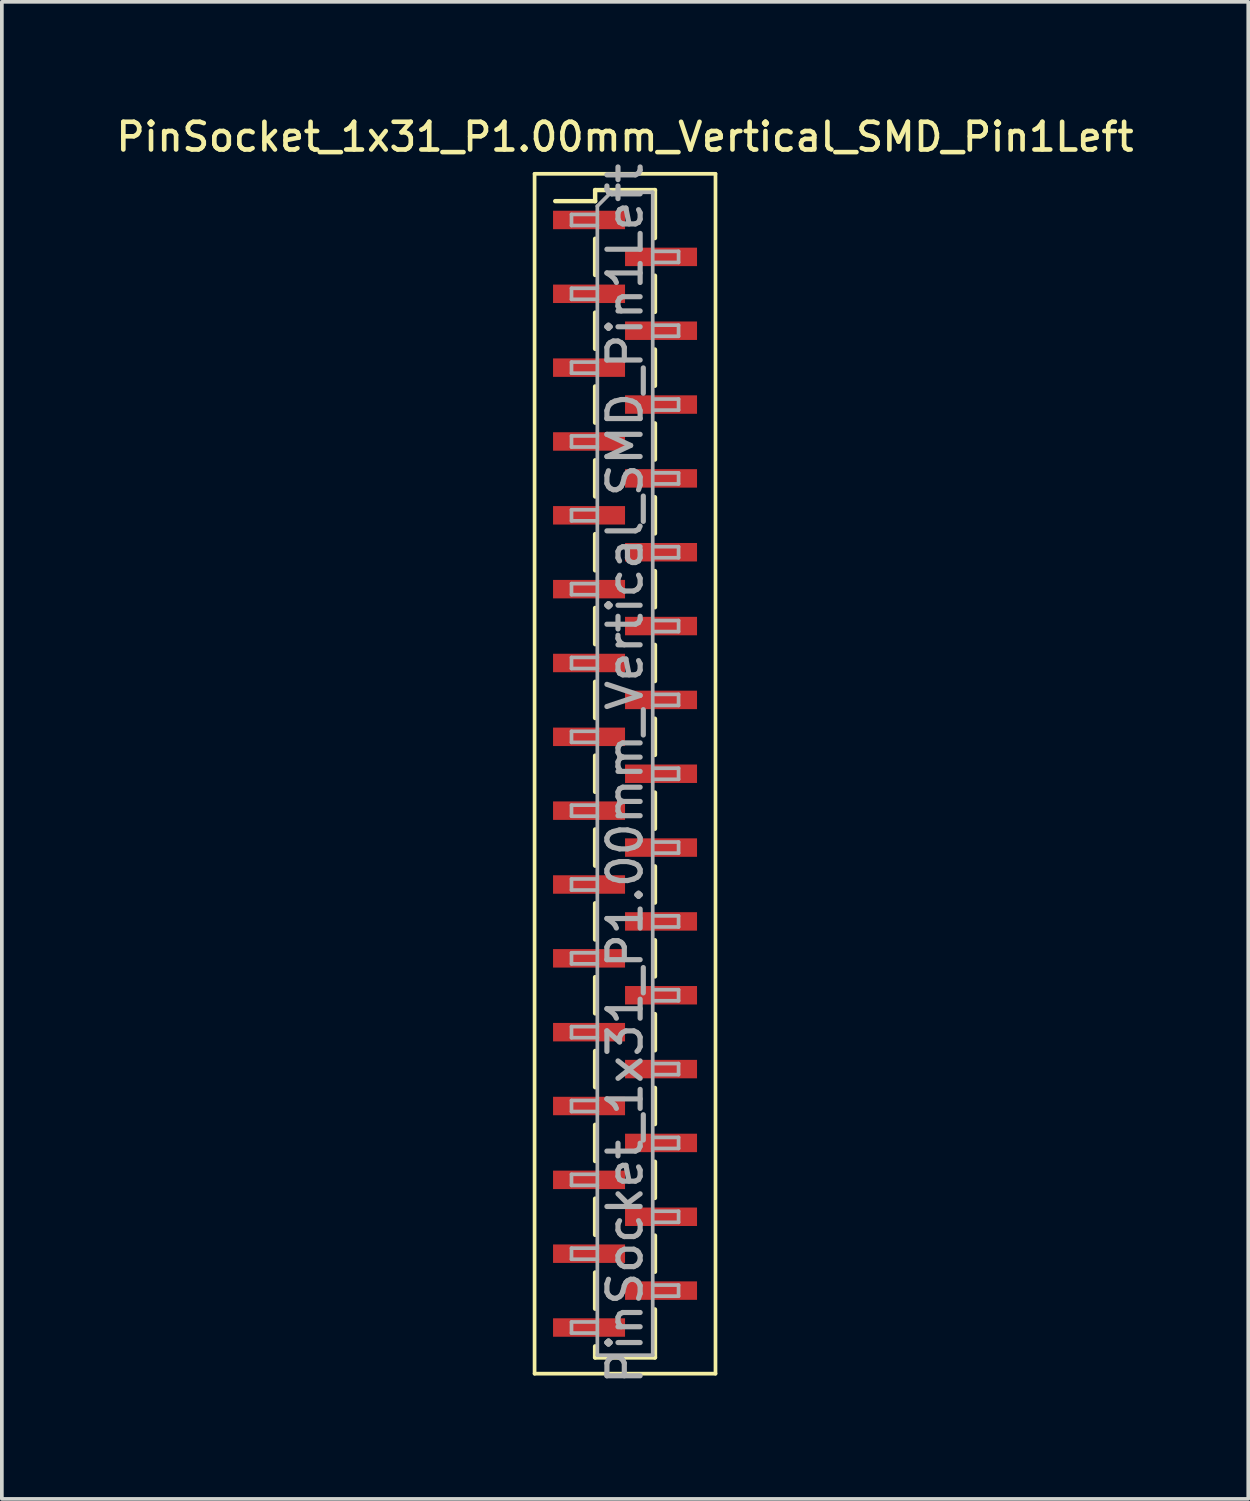
<source format=kicad_pcb>
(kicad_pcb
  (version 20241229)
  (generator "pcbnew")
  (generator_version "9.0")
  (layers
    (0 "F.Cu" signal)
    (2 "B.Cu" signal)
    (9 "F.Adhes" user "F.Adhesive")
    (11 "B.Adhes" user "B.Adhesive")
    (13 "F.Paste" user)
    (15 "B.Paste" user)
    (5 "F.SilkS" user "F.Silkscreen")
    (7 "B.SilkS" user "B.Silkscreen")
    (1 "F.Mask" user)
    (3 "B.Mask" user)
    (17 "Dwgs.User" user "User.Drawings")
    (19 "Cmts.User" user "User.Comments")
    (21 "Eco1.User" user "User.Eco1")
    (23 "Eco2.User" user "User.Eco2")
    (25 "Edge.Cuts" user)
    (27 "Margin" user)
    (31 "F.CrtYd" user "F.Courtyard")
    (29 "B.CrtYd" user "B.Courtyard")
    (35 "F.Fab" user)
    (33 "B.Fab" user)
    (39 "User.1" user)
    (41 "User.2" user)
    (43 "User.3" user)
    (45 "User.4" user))
  (footprint "PinSocket_1x31_P1.00mm_Vertical_SMD_Pin1Left"
    (layer "F.Cu")
    (at 13.88 17.908)
    (property "Reference" "PinSocket_1x31_P1.00mm_Vertical_SMD_Pin1Left" (at 0 -17.25 0) (layer "F.SilkS") (effects (font (size 0.75 0.75) (thickness 0.125))))
    (attr smd)
    (fp_line (start -2.45 -16.25) (end 2.45 -16.25) (stroke (width 0.1) (type solid)) (layer "F.SilkS"))
    (fp_line (start -2.45 16.25) (end -2.45 -16.25) (stroke (width 0.1) (type solid)) (layer "F.SilkS"))
    (fp_line (start -1.89 -15.51) (end -0.81 -15.51) (stroke (width 0.12) (type solid)) (layer "F.SilkS"))
    (fp_line (start -0.81 -15.81) (end -0.81 -15.51) (stroke (width 0.12) (type solid)) (layer "F.SilkS"))
    (fp_line (start -0.81 -15.81) (end 0.81 -15.81) (stroke (width 0.12) (type solid)) (layer "F.SilkS"))
    (fp_line (start -0.81 -14.49) (end -0.81 -13.51) (stroke (width 0.12) (type solid)) (layer "F.SilkS"))
    (fp_line (start -0.81 -12.49) (end -0.81 -11.51) (stroke (width 0.12) (type solid)) (layer "F.SilkS"))
    (fp_line (start -0.81 -10.49) (end -0.81 -9.51) (stroke (width 0.12) (type solid)) (layer "F.SilkS"))
    (fp_line (start -0.81 -8.49) (end -0.81 -7.51) (stroke (width 0.12) (type solid)) (layer "F.SilkS"))
    (fp_line (start -0.81 -6.49) (end -0.81 -5.51) (stroke (width 0.12) (type solid)) (layer "F.SilkS"))
    (fp_line (start -0.81 -4.49) (end -0.81 -3.51) (stroke (width 0.12) (type solid)) (layer "F.SilkS"))
    (fp_line (start -0.81 -2.49) (end -0.81 -1.51) (stroke (width 0.12) (type solid)) (layer "F.SilkS"))
    (fp_line (start -0.81 -0.49) (end -0.81 0.49) (stroke (width 0.12) (type solid)) (layer "F.SilkS"))
    (fp_line (start -0.81 1.51) (end -0.81 2.49) (stroke (width 0.12) (type solid)) (layer "F.SilkS"))
    (fp_line (start -0.81 3.51) (end -0.81 4.49) (stroke (width 0.12) (type solid)) (layer "F.SilkS"))
    (fp_line (start -0.81 5.51) (end -0.81 6.49) (stroke (width 0.12) (type solid)) (layer "F.SilkS"))
    (fp_line (start -0.81 7.51) (end -0.81 8.49) (stroke (width 0.12) (type solid)) (layer "F.SilkS"))
    (fp_line (start -0.81 9.51) (end -0.81 10.49) (stroke (width 0.12) (type solid)) (layer "F.SilkS"))
    (fp_line (start -0.81 11.51) (end -0.81 12.49) (stroke (width 0.12) (type solid)) (layer "F.SilkS"))
    (fp_line (start -0.81 13.51) (end -0.81 14.49) (stroke (width 0.12) (type solid)) (layer "F.SilkS"))
    (fp_line (start -0.81 15.51) (end -0.81 15.81) (stroke (width 0.12) (type solid)) (layer "F.SilkS"))
    (fp_line (start -0.81 15.81) (end 0.81 15.81) (stroke (width 0.12) (type solid)) (layer "F.SilkS"))
    (fp_line (start 0.81 -15.81) (end 0.81 -14.51) (stroke (width 0.12) (type solid)) (layer "F.SilkS"))
    (fp_line (start 0.81 -13.49) (end 0.81 -12.51) (stroke (width 0.12) (type solid)) (layer "F.SilkS"))
    (fp_line (start 0.81 -11.49) (end 0.81 -10.51) (stroke (width 0.12) (type solid)) (layer "F.SilkS"))
    (fp_line (start 0.81 -9.49) (end 0.81 -8.51) (stroke (width 0.12) (type solid)) (layer "F.SilkS"))
    (fp_line (start 0.81 -7.49) (end 0.81 -6.51) (stroke (width 0.12) (type solid)) (layer "F.SilkS"))
    (fp_line (start 0.81 -5.49) (end 0.81 -4.51) (stroke (width 0.12) (type solid)) (layer "F.SilkS"))
    (fp_line (start 0.81 -3.49) (end 0.81 -2.51) (stroke (width 0.12) (type solid)) (layer "F.SilkS"))
    (fp_line (start 0.81 -1.49) (end 0.81 -0.51) (stroke (width 0.12) (type solid)) (layer "F.SilkS"))
    (fp_line (start 0.81 0.51) (end 0.81 1.49) (stroke (width 0.12) (type solid)) (layer "F.SilkS"))
    (fp_line (start 0.81 2.51) (end 0.81 3.49) (stroke (width 0.12) (type solid)) (layer "F.SilkS"))
    (fp_line (start 0.81 4.51) (end 0.81 5.49) (stroke (width 0.12) (type solid)) (layer "F.SilkS"))
    (fp_line (start 0.81 6.51) (end 0.81 7.49) (stroke (width 0.12) (type solid)) (layer "F.SilkS"))
    (fp_line (start 0.81 8.51) (end 0.81 9.49) (stroke (width 0.12) (type solid)) (layer "F.SilkS"))
    (fp_line (start 0.81 10.51) (end 0.81 11.49) (stroke (width 0.12) (type solid)) (layer "F.SilkS"))
    (fp_line (start 0.81 12.51) (end 0.81 13.49) (stroke (width 0.12) (type solid)) (layer "F.SilkS"))
    (fp_line (start 0.81 14.51) (end 0.81 15.81) (stroke (width 0.12) (type solid)) (layer "F.SilkS"))
    (fp_line (start 2.45 -16.25) (end 2.45 16.25) (stroke (width 0.1) (type solid)) (layer "F.SilkS"))
    (fp_line (start 2.45 16.25) (end -2.45 16.25) (stroke (width 0.1) (type solid)) (layer "F.SilkS"))
    (fp_line (start -1.45 -15.15) (end -0.75 -15.15) (stroke (width 0.1) (type solid)) (layer "F.Fab"))
    (fp_line (start -1.45 -14.85) (end -1.45 -15.15) (stroke (width 0.1) (type solid)) (layer "F.Fab"))
    (fp_line (start -1.45 -13.15) (end -0.75 -13.15) (stroke (width 0.1) (type solid)) (layer "F.Fab"))
    (fp_line (start -1.45 -12.85) (end -1.45 -13.15) (stroke (width 0.1) (type solid)) (layer "F.Fab"))
    (fp_line (start -1.45 -11.15) (end -0.75 -11.15) (stroke (width 0.1) (type solid)) (layer "F.Fab"))
    (fp_line (start -1.45 -10.85) (end -1.45 -11.15) (stroke (width 0.1) (type solid)) (layer "F.Fab"))
    (fp_line (start -1.45 -9.15) (end -0.75 -9.15) (stroke (width 0.1) (type solid)) (layer "F.Fab"))
    (fp_line (start -1.45 -8.85) (end -1.45 -9.15) (stroke (width 0.1) (type solid)) (layer "F.Fab"))
    (fp_line (start -1.45 -7.15) (end -0.75 -7.15) (stroke (width 0.1) (type solid)) (layer "F.Fab"))
    (fp_line (start -1.45 -6.85) (end -1.45 -7.15) (stroke (width 0.1) (type solid)) (layer "F.Fab"))
    (fp_line (start -1.45 -5.15) (end -0.75 -5.15) (stroke (width 0.1) (type solid)) (layer "F.Fab"))
    (fp_line (start -1.45 -4.85) (end -1.45 -5.15) (stroke (width 0.1) (type solid)) (layer "F.Fab"))
    (fp_line (start -1.45 -3.15) (end -0.75 -3.15) (stroke (width 0.1) (type solid)) (layer "F.Fab"))
    (fp_line (start -1.45 -2.85) (end -1.45 -3.15) (stroke (width 0.1) (type solid)) (layer "F.Fab"))
    (fp_line (start -1.45 -1.15) (end -0.75 -1.15) (stroke (width 0.1) (type solid)) (layer "F.Fab"))
    (fp_line (start -1.45 -0.85) (end -1.45 -1.15) (stroke (width 0.1) (type solid)) (layer "F.Fab"))
    (fp_line (start -1.45 0.85) (end -0.75 0.85) (stroke (width 0.1) (type solid)) (layer "F.Fab"))
    (fp_line (start -1.45 1.15) (end -1.45 0.85) (stroke (width 0.1) (type solid)) (layer "F.Fab"))
    (fp_line (start -1.45 2.85) (end -0.75 2.85) (stroke (width 0.1) (type solid)) (layer "F.Fab"))
    (fp_line (start -1.45 3.15) (end -1.45 2.85) (stroke (width 0.1) (type solid)) (layer "F.Fab"))
    (fp_line (start -1.45 4.85) (end -0.75 4.85) (stroke (width 0.1) (type solid)) (layer "F.Fab"))
    (fp_line (start -1.45 5.15) (end -1.45 4.85) (stroke (width 0.1) (type solid)) (layer "F.Fab"))
    (fp_line (start -1.45 6.85) (end -0.75 6.85) (stroke (width 0.1) (type solid)) (layer "F.Fab"))
    (fp_line (start -1.45 7.15) (end -1.45 6.85) (stroke (width 0.1) (type solid)) (layer "F.Fab"))
    (fp_line (start -1.45 8.85) (end -0.75 8.85) (stroke (width 0.1) (type solid)) (layer "F.Fab"))
    (fp_line (start -1.45 9.15) (end -1.45 8.85) (stroke (width 0.1) (type solid)) (layer "F.Fab"))
    (fp_line (start -1.45 10.85) (end -0.75 10.85) (stroke (width 0.1) (type solid)) (layer "F.Fab"))
    (fp_line (start -1.45 11.15) (end -1.45 10.85) (stroke (width 0.1) (type solid)) (layer "F.Fab"))
    (fp_line (start -1.45 12.85) (end -0.75 12.85) (stroke (width 0.1) (type solid)) (layer "F.Fab"))
    (fp_line (start -1.45 13.15) (end -1.45 12.85) (stroke (width 0.1) (type solid)) (layer "F.Fab"))
    (fp_line (start -1.45 14.85) (end -0.75 14.85) (stroke (width 0.1) (type solid)) (layer "F.Fab"))
    (fp_line (start -1.45 15.15) (end -1.45 14.85) (stroke (width 0.1) (type solid)) (layer "F.Fab"))
    (fp_line (start -0.75 -15.375) (end -0.375 -15.75) (stroke (width 0.1) (type solid)) (layer "F.Fab"))
    (fp_line (start -0.75 -14.85) (end -1.45 -14.85) (stroke (width 0.1) (type solid)) (layer "F.Fab"))
    (fp_line (start -0.75 -12.85) (end -1.45 -12.85) (stroke (width 0.1) (type solid)) (layer "F.Fab"))
    (fp_line (start -0.75 -10.85) (end -1.45 -10.85) (stroke (width 0.1) (type solid)) (layer "F.Fab"))
    (fp_line (start -0.75 -8.85) (end -1.45 -8.85) (stroke (width 0.1) (type solid)) (layer "F.Fab"))
    (fp_line (start -0.75 -6.85) (end -1.45 -6.85) (stroke (width 0.1) (type solid)) (layer "F.Fab"))
    (fp_line (start -0.75 -4.85) (end -1.45 -4.85) (stroke (width 0.1) (type solid)) (layer "F.Fab"))
    (fp_line (start -0.75 -2.85) (end -1.45 -2.85) (stroke (width 0.1) (type solid)) (layer "F.Fab"))
    (fp_line (start -0.75 -0.85) (end -1.45 -0.85) (stroke (width 0.1) (type solid)) (layer "F.Fab"))
    (fp_line (start -0.75 1.15) (end -1.45 1.15) (stroke (width 0.1) (type solid)) (layer "F.Fab"))
    (fp_line (start -0.75 3.15) (end -1.45 3.15) (stroke (width 0.1) (type solid)) (layer "F.Fab"))
    (fp_line (start -0.75 5.15) (end -1.45 5.15) (stroke (width 0.1) (type solid)) (layer "F.Fab"))
    (fp_line (start -0.75 7.15) (end -1.45 7.15) (stroke (width 0.1) (type solid)) (layer "F.Fab"))
    (fp_line (start -0.75 9.15) (end -1.45 9.15) (stroke (width 0.1) (type solid)) (layer "F.Fab"))
    (fp_line (start -0.75 11.15) (end -1.45 11.15) (stroke (width 0.1) (type solid)) (layer "F.Fab"))
    (fp_line (start -0.75 13.15) (end -1.45 13.15) (stroke (width 0.1) (type solid)) (layer "F.Fab"))
    (fp_line (start -0.75 15.15) (end -1.45 15.15) (stroke (width 0.1) (type solid)) (layer "F.Fab"))
    (fp_line (start -0.75 15.75) (end -0.75 -15.375) (stroke (width 0.1) (type solid)) (layer "F.Fab"))
    (fp_line (start -0.375 -15.75) (end 0.75 -15.75) (stroke (width 0.1) (type solid)) (layer "F.Fab"))
    (fp_line (start 0.75 -15.75) (end 0.75 15.75) (stroke (width 0.1) (type solid)) (layer "F.Fab"))
    (fp_line (start 0.75 -14.15) (end 1.45 -14.15) (stroke (width 0.1) (type solid)) (layer "F.Fab"))
    (fp_line (start 0.75 -12.15) (end 1.45 -12.15) (stroke (width 0.1) (type solid)) (layer "F.Fab"))
    (fp_line (start 0.75 -10.15) (end 1.45 -10.15) (stroke (width 0.1) (type solid)) (layer "F.Fab"))
    (fp_line (start 0.75 -8.15) (end 1.45 -8.15) (stroke (width 0.1) (type solid)) (layer "F.Fab"))
    (fp_line (start 0.75 -6.15) (end 1.45 -6.15) (stroke (width 0.1) (type solid)) (layer "F.Fab"))
    (fp_line (start 0.75 -4.15) (end 1.45 -4.15) (stroke (width 0.1) (type solid)) (layer "F.Fab"))
    (fp_line (start 0.75 -2.15) (end 1.45 -2.15) (stroke (width 0.1) (type solid)) (layer "F.Fab"))
    (fp_line (start 0.75 -0.15) (end 1.45 -0.15) (stroke (width 0.1) (type solid)) (layer "F.Fab"))
    (fp_line (start 0.75 1.85) (end 1.45 1.85) (stroke (width 0.1) (type solid)) (layer "F.Fab"))
    (fp_line (start 0.75 3.85) (end 1.45 3.85) (stroke (width 0.1) (type solid)) (layer "F.Fab"))
    (fp_line (start 0.75 5.85) (end 1.45 5.85) (stroke (width 0.1) (type solid)) (layer "F.Fab"))
    (fp_line (start 0.75 7.85) (end 1.45 7.85) (stroke (width 0.1) (type solid)) (layer "F.Fab"))
    (fp_line (start 0.75 9.85) (end 1.45 9.85) (stroke (width 0.1) (type solid)) (layer "F.Fab"))
    (fp_line (start 0.75 11.85) (end 1.45 11.85) (stroke (width 0.1) (type solid)) (layer "F.Fab"))
    (fp_line (start 0.75 13.85) (end 1.45 13.85) (stroke (width 0.1) (type solid)) (layer "F.Fab"))
    (fp_line (start 0.75 15.75) (end -0.75 15.75) (stroke (width 0.1) (type solid)) (layer "F.Fab"))
    (fp_line (start 1.45 -14.15) (end 1.45 -13.85) (stroke (width 0.1) (type solid)) (layer "F.Fab"))
    (fp_line (start 1.45 -13.85) (end 0.75 -13.85) (stroke (width 0.1) (type solid)) (layer "F.Fab"))
    (fp_line (start 1.45 -12.15) (end 1.45 -11.85) (stroke (width 0.1) (type solid)) (layer "F.Fab"))
    (fp_line (start 1.45 -11.85) (end 0.75 -11.85) (stroke (width 0.1) (type solid)) (layer "F.Fab"))
    (fp_line (start 1.45 -10.15) (end 1.45 -9.85) (stroke (width 0.1) (type solid)) (layer "F.Fab"))
    (fp_line (start 1.45 -9.85) (end 0.75 -9.85) (stroke (width 0.1) (type solid)) (layer "F.Fab"))
    (fp_line (start 1.45 -8.15) (end 1.45 -7.85) (stroke (width 0.1) (type solid)) (layer "F.Fab"))
    (fp_line (start 1.45 -7.85) (end 0.75 -7.85) (stroke (width 0.1) (type solid)) (layer "F.Fab"))
    (fp_line (start 1.45 -6.15) (end 1.45 -5.85) (stroke (width 0.1) (type solid)) (layer "F.Fab"))
    (fp_line (start 1.45 -5.85) (end 0.75 -5.85) (stroke (width 0.1) (type solid)) (layer "F.Fab"))
    (fp_line (start 1.45 -4.15) (end 1.45 -3.85) (stroke (width 0.1) (type solid)) (layer "F.Fab"))
    (fp_line (start 1.45 -3.85) (end 0.75 -3.85) (stroke (width 0.1) (type solid)) (layer "F.Fab"))
    (fp_line (start 1.45 -2.15) (end 1.45 -1.85) (stroke (width 0.1) (type solid)) (layer "F.Fab"))
    (fp_line (start 1.45 -1.85) (end 0.75 -1.85) (stroke (width 0.1) (type solid)) (layer "F.Fab"))
    (fp_line (start 1.45 -0.15) (end 1.45 0.15) (stroke (width 0.1) (type solid)) (layer "F.Fab"))
    (fp_line (start 1.45 0.15) (end 0.75 0.15) (stroke (width 0.1) (type solid)) (layer "F.Fab"))
    (fp_line (start 1.45 1.85) (end 1.45 2.15) (stroke (width 0.1) (type solid)) (layer "F.Fab"))
    (fp_line (start 1.45 2.15) (end 0.75 2.15) (stroke (width 0.1) (type solid)) (layer "F.Fab"))
    (fp_line (start 1.45 3.85) (end 1.45 4.15) (stroke (width 0.1) (type solid)) (layer "F.Fab"))
    (fp_line (start 1.45 4.15) (end 0.75 4.15) (stroke (width 0.1) (type solid)) (layer "F.Fab"))
    (fp_line (start 1.45 5.85) (end 1.45 6.15) (stroke (width 0.1) (type solid)) (layer "F.Fab"))
    (fp_line (start 1.45 6.15) (end 0.75 6.15) (stroke (width 0.1) (type solid)) (layer "F.Fab"))
    (fp_line (start 1.45 7.85) (end 1.45 8.15) (stroke (width 0.1) (type solid)) (layer "F.Fab"))
    (fp_line (start 1.45 8.15) (end 0.75 8.15) (stroke (width 0.1) (type solid)) (layer "F.Fab"))
    (fp_line (start 1.45 9.85) (end 1.45 10.15) (stroke (width 0.1) (type solid)) (layer "F.Fab"))
    (fp_line (start 1.45 10.15) (end 0.75 10.15) (stroke (width 0.1) (type solid)) (layer "F.Fab"))
    (fp_line (start 1.45 11.85) (end 1.45 12.15) (stroke (width 0.1) (type solid)) (layer "F.Fab"))
    (fp_line (start 1.45 12.15) (end 0.75 12.15) (stroke (width 0.1) (type solid)) (layer "F.Fab"))
    (fp_line (start 1.45 13.85) (end 1.45 14.15) (stroke (width 0.1) (type solid)) (layer "F.Fab"))
    (fp_line (start 1.45 14.15) (end 0.75 14.15) (stroke (width 0.1) (type solid)) (layer "F.Fab"))
    (fp_text user "${REFERENCE}" (at 0 0 90) (layer "F.Fab") (effects (font (size 0.9 0.9) (thickness 0.14))))
    (pad "1" smd rect (at -0.975 -15) (size 1.95 0.5) (layers "F.Cu" "F.Mask" "F.Paste"))
    (pad "2" smd rect (at 0.975 -14) (size 1.95 0.5) (layers "F.Cu" "F.Mask" "F.Paste"))
    (pad "3" smd rect (at -0.975 -13) (size 1.95 0.5) (layers "F.Cu" "F.Mask" "F.Paste"))
    (pad "4" smd rect (at 0.975 -12) (size 1.95 0.5) (layers "F.Cu" "F.Mask" "F.Paste"))
    (pad "5" smd rect (at -0.975 -11) (size 1.95 0.5) (layers "F.Cu" "F.Mask" "F.Paste"))
    (pad "6" smd rect (at 0.975 -10) (size 1.95 0.5) (layers "F.Cu" "F.Mask" "F.Paste"))
    (pad "7" smd rect (at -0.975 -9) (size 1.95 0.5) (layers "F.Cu" "F.Mask" "F.Paste"))
    (pad "8" smd rect (at 0.975 -8) (size 1.95 0.5) (layers "F.Cu" "F.Mask" "F.Paste"))
    (pad "9" smd rect (at -0.975 -7) (size 1.95 0.5) (layers "F.Cu" "F.Mask" "F.Paste"))
    (pad "10" smd rect (at 0.975 -6) (size 1.95 0.5) (layers "F.Cu" "F.Mask" "F.Paste"))
    (pad "11" smd rect (at -0.975 -5) (size 1.95 0.5) (layers "F.Cu" "F.Mask" "F.Paste"))
    (pad "12" smd rect (at 0.975 -4) (size 1.95 0.5) (layers "F.Cu" "F.Mask" "F.Paste"))
    (pad "13" smd rect (at -0.975 -3) (size 1.95 0.5) (layers "F.Cu" "F.Mask" "F.Paste"))
    (pad "14" smd rect (at 0.975 -2) (size 1.95 0.5) (layers "F.Cu" "F.Mask" "F.Paste"))
    (pad "15" smd rect (at -0.975 -1) (size 1.95 0.5) (layers "F.Cu" "F.Mask" "F.Paste"))
    (pad "16" smd rect (at 0.975 0) (size 1.95 0.5) (layers "F.Cu" "F.Mask" "F.Paste"))
    (pad "17" smd rect (at -0.975 1) (size 1.95 0.5) (layers "F.Cu" "F.Mask" "F.Paste"))
    (pad "18" smd rect (at 0.975 2) (size 1.95 0.5) (layers "F.Cu" "F.Mask" "F.Paste"))
    (pad "19" smd rect (at -0.975 3) (size 1.95 0.5) (layers "F.Cu" "F.Mask" "F.Paste"))
    (pad "20" smd rect (at 0.975 4) (size 1.95 0.5) (layers "F.Cu" "F.Mask" "F.Paste"))
    (pad "21" smd rect (at -0.975 5) (size 1.95 0.5) (layers "F.Cu" "F.Mask" "F.Paste"))
    (pad "22" smd rect (at 0.975 6) (size 1.95 0.5) (layers "F.Cu" "F.Mask" "F.Paste"))
    (pad "23" smd rect (at -0.975 7) (size 1.95 0.5) (layers "F.Cu" "F.Mask" "F.Paste"))
    (pad "24" smd rect (at 0.975 8) (size 1.95 0.5) (layers "F.Cu" "F.Mask" "F.Paste"))
    (pad "25" smd rect (at -0.975 9) (size 1.95 0.5) (layers "F.Cu" "F.Mask" "F.Paste"))
    (pad "26" smd rect (at 0.975 10) (size 1.95 0.5) (layers "F.Cu" "F.Mask" "F.Paste"))
    (pad "27" smd rect (at -0.975 11) (size 1.95 0.5) (layers "F.Cu" "F.Mask" "F.Paste"))
    (pad "28" smd rect (at 0.975 12) (size 1.95 0.5) (layers "F.Cu" "F.Mask" "F.Paste"))
    (pad "29" smd rect (at -0.975 13) (size 1.95 0.5) (layers "F.Cu" "F.Mask" "F.Paste"))
    (pad "30" smd rect (at 0.975 14) (size 1.95 0.5) (layers "F.Cu" "F.Mask" "F.Paste"))
    (pad "31" smd rect (at -0.975 15) (size 1.95 0.5) (layers "F.Cu" "F.Mask" "F.Paste")))
  (gr_rect
    (start -3 -3)
    (end 30.761 37.55)
    (stroke (width 0.1) (type default))
    (fill no)
    (layer "Edge.Cuts")))
</source>
